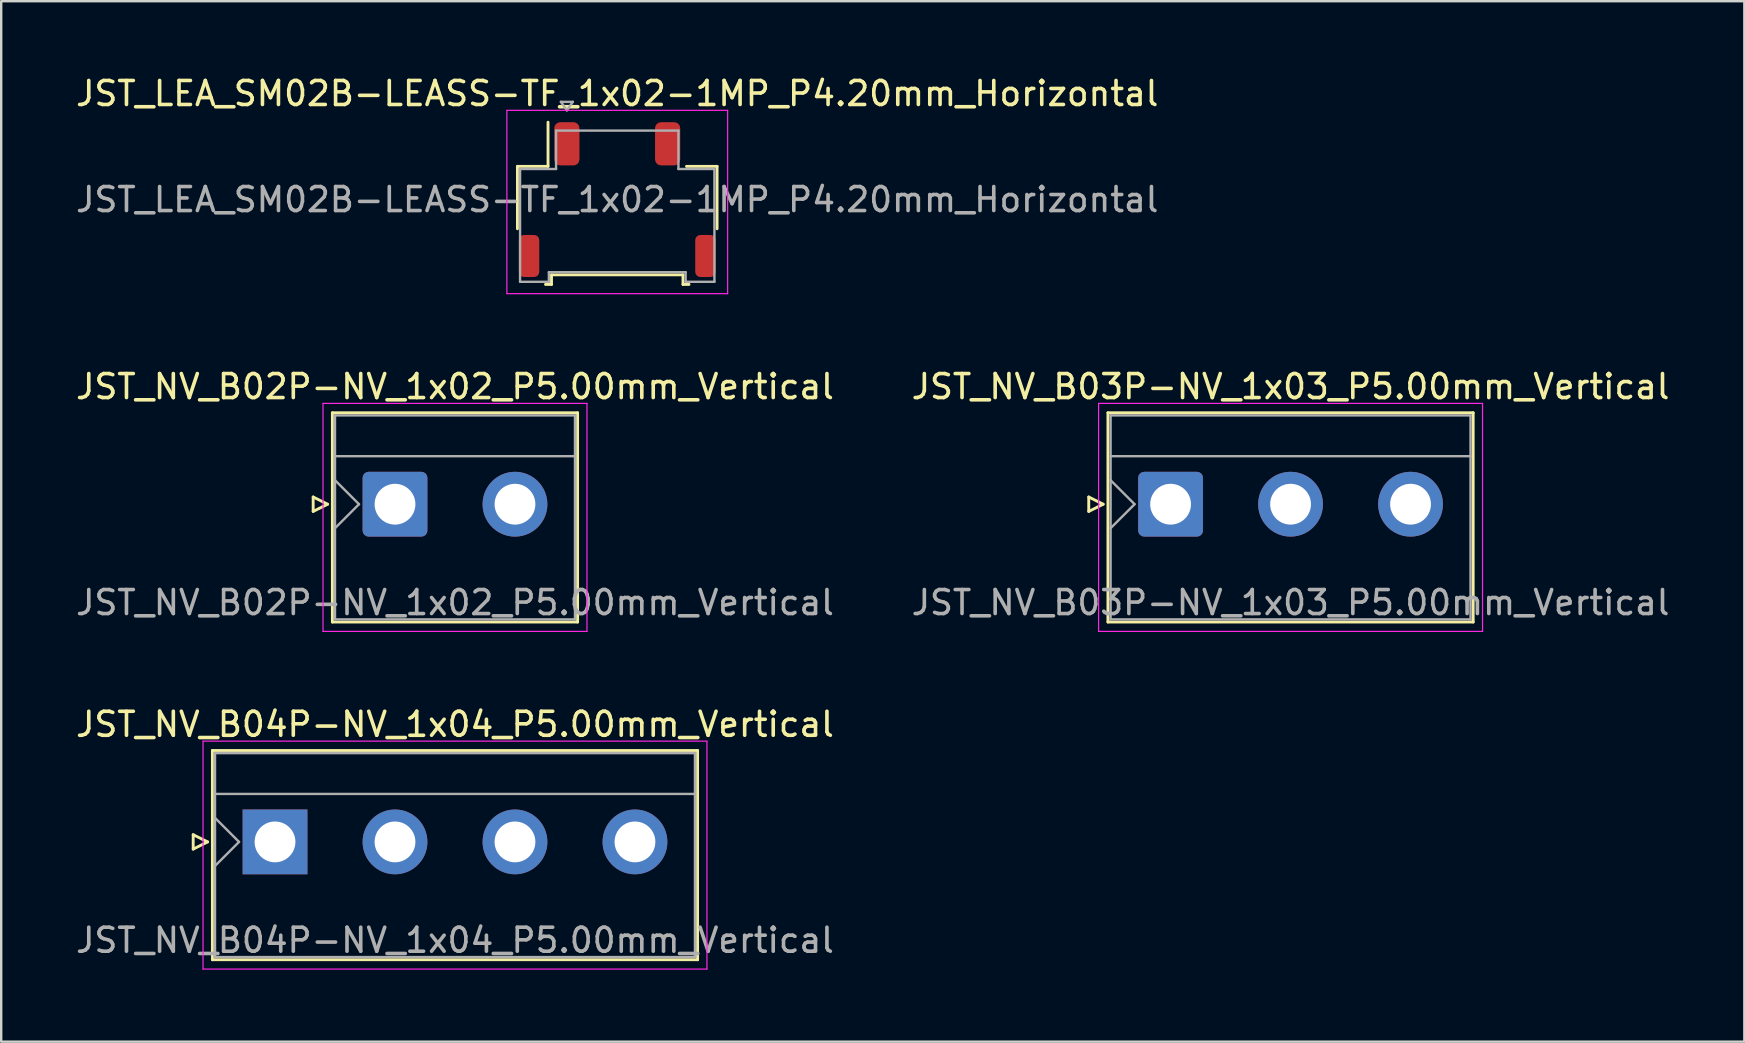
<source format=kicad_pcb>
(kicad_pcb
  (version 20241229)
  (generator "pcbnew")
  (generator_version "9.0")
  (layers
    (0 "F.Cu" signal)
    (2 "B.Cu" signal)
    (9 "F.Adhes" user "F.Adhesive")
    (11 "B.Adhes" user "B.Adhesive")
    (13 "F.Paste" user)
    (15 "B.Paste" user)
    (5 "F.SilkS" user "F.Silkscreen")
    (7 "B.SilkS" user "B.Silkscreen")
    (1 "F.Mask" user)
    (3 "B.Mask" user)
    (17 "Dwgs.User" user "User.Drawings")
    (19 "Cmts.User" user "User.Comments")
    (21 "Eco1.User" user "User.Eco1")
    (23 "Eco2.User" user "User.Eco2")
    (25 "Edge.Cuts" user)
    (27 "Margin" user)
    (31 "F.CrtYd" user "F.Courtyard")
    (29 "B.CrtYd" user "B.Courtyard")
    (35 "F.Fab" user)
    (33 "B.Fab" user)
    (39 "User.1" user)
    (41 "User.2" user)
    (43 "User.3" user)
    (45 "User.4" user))
  (footprint "JST_NV_B02P-NV_1x02_P5.00mm_Vertical"
    (layer "F.Cu")
    (at 13.411 17.962)
    (property "Reference" "JST_NV_B02P-NV_1x02_P5.00mm_Vertical" (at 2.5 -4.9 0) (layer "F.SilkS") (effects (font (size 1 1) (thickness 0.15))))
    (attr through_hole)
    (fp_line (start -3.41 -0.3) (end -2.81 0) (stroke (width 0.12) (type solid)) (layer "F.SilkS"))
    (fp_line (start -3.41 0.3) (end -3.41 -0.3) (stroke (width 0.12) (type solid)) (layer "F.SilkS"))
    (fp_line (start -2.81 0) (end -3.41 0.3) (stroke (width 0.12) (type solid)) (layer "F.SilkS"))
    (fp_line (start -2.61 -3.81) (end -2.61 4.91) (stroke (width 0.12) (type solid)) (layer "F.SilkS"))
    (fp_line (start -2.61 4.91) (end 7.61 4.91) (stroke (width 0.12) (type solid)) (layer "F.SilkS"))
    (fp_line (start 7.61 -3.81) (end -2.61 -3.81) (stroke (width 0.12) (type solid)) (layer "F.SilkS"))
    (fp_line (start 7.61 4.91) (end 7.61 -3.81) (stroke (width 0.12) (type solid)) (layer "F.SilkS"))
    (fp_line (start -3 -4.2) (end -3 5.3) (stroke (width 0.05) (type solid)) (layer "F.CrtYd"))
    (fp_line (start -3 5.3) (end 8 5.3) (stroke (width 0.05) (type solid)) (layer "F.CrtYd"))
    (fp_line (start 8 -4.2) (end -3 -4.2) (stroke (width 0.05) (type solid)) (layer "F.CrtYd"))
    (fp_line (start 8 5.3) (end 8 -4.2) (stroke (width 0.05) (type solid)) (layer "F.CrtYd"))
    (fp_line (start -2.5 -3.7) (end -2.5 4.8) (stroke (width 0.1) (type solid)) (layer "F.Fab"))
    (fp_line (start -2.5 -2) (end 7.5 -2) (stroke (width 0.1) (type solid)) (layer "F.Fab"))
    (fp_line (start -2.5 -1) (end -1.5 0) (stroke (width 0.1) (type solid)) (layer "F.Fab"))
    (fp_line (start -2.5 1) (end -1.5 0) (stroke (width 0.1) (type solid)) (layer "F.Fab"))
    (fp_line (start -2.5 4.8) (end 7.5 4.8) (stroke (width 0.1) (type solid)) (layer "F.Fab"))
    (fp_line (start 7.5 -3.7) (end -2.5 -3.7) (stroke (width 0.1) (type solid)) (layer "F.Fab"))
    (fp_line (start 7.5 4.8) (end 7.5 -3.7) (stroke (width 0.1) (type solid)) (layer "F.Fab"))
    (fp_text user "${REFERENCE}" (at 2.5 4.1 0) (layer "F.Fab") (effects (font (size 1 1) (thickness 0.15))))
    (pad "1" thru_hole roundrect (at 0 0) (size 2.7 2.7) (drill 1.7) (layers "*.Cu" "*.Mask") (roundrect_rratio 0.093))
    (pad "2" thru_hole circle (at 5 0) (size 2.7 2.7) (drill 1.7) (layers "*.Cu" "*.Mask")))
  (footprint "JST_NV_B04P-NV_1x04_P5.00mm_Vertical"
    (layer "F.Cu")
    (at 8.411 32.035)
    (property "Reference" "JST_NV_B04P-NV_1x04_P5.00mm_Vertical" (at 7.5 -4.9 0) (layer "F.SilkS") (effects (font (size 1 1) (thickness 0.15))))
    (attr through_hole)
    (fp_line (start -3.41 -0.3) (end -2.81 0) (stroke (width 0.12) (type solid)) (layer "F.SilkS"))
    (fp_line (start -3.41 0.3) (end -3.41 -0.3) (stroke (width 0.12) (type solid)) (layer "F.SilkS"))
    (fp_line (start -2.81 0) (end -3.41 0.3) (stroke (width 0.12) (type solid)) (layer "F.SilkS"))
    (fp_line (start -2.61 -3.81) (end -2.61 4.91) (stroke (width 0.12) (type solid)) (layer "F.SilkS"))
    (fp_line (start -2.61 4.91) (end 17.61 4.91) (stroke (width 0.12) (type solid)) (layer "F.SilkS"))
    (fp_line (start 17.61 -3.81) (end -2.61 -3.81) (stroke (width 0.12) (type solid)) (layer "F.SilkS"))
    (fp_line (start 17.61 4.91) (end 17.61 -3.81) (stroke (width 0.12) (type solid)) (layer "F.SilkS"))
    (fp_line (start -3 -4.2) (end -3 5.3) (stroke (width 0.05) (type solid)) (layer "F.CrtYd"))
    (fp_line (start -3 5.3) (end 18 5.3) (stroke (width 0.05) (type solid)) (layer "F.CrtYd"))
    (fp_line (start 18 -4.2) (end -3 -4.2) (stroke (width 0.05) (type solid)) (layer "F.CrtYd"))
    (fp_line (start 18 5.3) (end 18 -4.2) (stroke (width 0.05) (type solid)) (layer "F.CrtYd"))
    (fp_line (start -2.5 -3.7) (end -2.5 4.8) (stroke (width 0.1) (type solid)) (layer "F.Fab"))
    (fp_line (start -2.5 -2) (end 17.5 -2) (stroke (width 0.1) (type solid)) (layer "F.Fab"))
    (fp_line (start -2.5 -1) (end -1.5 0) (stroke (width 0.1) (type solid)) (layer "F.Fab"))
    (fp_line (start -2.5 1) (end -1.5 0) (stroke (width 0.1) (type solid)) (layer "F.Fab"))
    (fp_line (start -2.5 4.8) (end 17.5 4.8) (stroke (width 0.1) (type solid)) (layer "F.Fab"))
    (fp_line (start 17.5 -3.7) (end -2.5 -3.7) (stroke (width 0.1) (type solid)) (layer "F.Fab"))
    (fp_line (start 17.5 4.8) (end 17.5 -3.7) (stroke (width 0.1) (type solid)) (layer "F.Fab"))
    (fp_text user "${REFERENCE}" (at 7.5 4.1 0) (layer "F.Fab") (effects (font (size 1 1) (thickness 0.15))))
    (pad "1" thru_hole rect (at 0 0) (size 2.7 2.7) (drill 1.7) (layers "*.Cu" "*.Mask"))
    (pad "2" thru_hole circle (at 5 0) (size 2.7 2.7) (drill 1.7) (layers "*.Cu" "*.Mask"))
    (pad "3" thru_hole circle (at 10 0) (size 2.7 2.7) (drill 1.7) (layers "*.Cu" "*.Mask"))
    (pad "4" thru_hole circle (at 15 0) (size 2.7 2.7) (drill 1.7) (layers "*.Cu" "*.Mask")))
  (footprint "JST_NV_B03P-NV_1x03_P5.00mm_Vertical"
    (layer "F.Cu")
    (at 45.732 17.962)
    (property "Reference" "JST_NV_B03P-NV_1x03_P5.00mm_Vertical" (at 5 -4.9 0) (layer "F.SilkS") (effects (font (size 1 1) (thickness 0.15))))
    (attr through_hole)
    (fp_line (start -3.41 -0.3) (end -2.81 0) (stroke (width 0.12) (type solid)) (layer "F.SilkS"))
    (fp_line (start -3.41 0.3) (end -3.41 -0.3) (stroke (width 0.12) (type solid)) (layer "F.SilkS"))
    (fp_line (start -2.81 0) (end -3.41 0.3) (stroke (width 0.12) (type solid)) (layer "F.SilkS"))
    (fp_line (start -2.61 -3.81) (end -2.61 4.91) (stroke (width 0.12) (type solid)) (layer "F.SilkS"))
    (fp_line (start -2.61 4.91) (end 12.61 4.91) (stroke (width 0.12) (type solid)) (layer "F.SilkS"))
    (fp_line (start 12.61 -3.81) (end -2.61 -3.81) (stroke (width 0.12) (type solid)) (layer "F.SilkS"))
    (fp_line (start 12.61 4.91) (end 12.61 -3.81) (stroke (width 0.12) (type solid)) (layer "F.SilkS"))
    (fp_line (start -3 -4.2) (end -3 5.3) (stroke (width 0.05) (type solid)) (layer "F.CrtYd"))
    (fp_line (start -3 5.3) (end 13 5.3) (stroke (width 0.05) (type solid)) (layer "F.CrtYd"))
    (fp_line (start 13 -4.2) (end -3 -4.2) (stroke (width 0.05) (type solid)) (layer "F.CrtYd"))
    (fp_line (start 13 5.3) (end 13 -4.2) (stroke (width 0.05) (type solid)) (layer "F.CrtYd"))
    (fp_line (start -2.5 -3.7) (end -2.5 4.8) (stroke (width 0.1) (type solid)) (layer "F.Fab"))
    (fp_line (start -2.5 -2) (end 12.5 -2) (stroke (width 0.1) (type solid)) (layer "F.Fab"))
    (fp_line (start -2.5 -1) (end -1.5 0) (stroke (width 0.1) (type solid)) (layer "F.Fab"))
    (fp_line (start -2.5 1) (end -1.5 0) (stroke (width 0.1) (type solid)) (layer "F.Fab"))
    (fp_line (start -2.5 4.8) (end 12.5 4.8) (stroke (width 0.1) (type solid)) (layer "F.Fab"))
    (fp_line (start 12.5 -3.7) (end -2.5 -3.7) (stroke (width 0.1) (type solid)) (layer "F.Fab"))
    (fp_line (start 12.5 4.8) (end 12.5 -3.7) (stroke (width 0.1) (type solid)) (layer "F.Fab"))
    (fp_text user "${REFERENCE}" (at 5 4.1 0) (layer "F.Fab") (effects (font (size 1 1) (thickness 0.15))))
    (pad "1" thru_hole roundrect (at 0 0) (size 2.7 2.7) (drill 1.7) (layers "*.Cu" "*.Mask") (roundrect_rratio 0.093))
    (pad "2" thru_hole circle (at 5 0) (size 2.7 2.7) (drill 1.7) (layers "*.Cu" "*.Mask"))
    (pad "3" thru_hole circle (at 10 0) (size 2.7 2.7) (drill 1.7) (layers "*.Cu" "*.Mask")))
  (footprint "JST_LEA_SM02B-LEASS-TF_1x02-1MP_P4.20mm_Horizontal"
    (layer "F.Cu")
    (at 22.673 5.268)
    (property "Reference" "JST_LEA_SM02B-LEASS-TF_1x02-1MP_P4.20mm_Horizontal" (at 0 -4.42 0) (layer "F.SilkS") (effects (font (size 1 1) (thickness 0.15))))
    (attr smd)
    (fp_line (start -4.16 -1.385) (end -2.885 -1.385) (stroke (width 0.12) (type solid)) (layer "F.SilkS"))
    (fp_line (start -4.16 1.215) (end -4.16 -1.385) (stroke (width 0.12) (type solid)) (layer "F.SilkS"))
    (fp_line (start -2.99 3.535) (end -2.74 3.535) (stroke (width 0.12) (type solid)) (layer "F.SilkS"))
    (fp_line (start -2.885 -1.385) (end -2.885 -3.225) (stroke (width 0.12) (type solid)) (layer "F.SilkS"))
    (fp_line (start -2.74 3.135) (end 2.74 3.135) (stroke (width 0.12) (type solid)) (layer "F.SilkS"))
    (fp_line (start -2.74 3.535) (end -2.74 3.135) (stroke (width 0.12) (type solid)) (layer "F.SilkS"))
    (fp_line (start 2.74 3.135) (end 2.74 3.535) (stroke (width 0.12) (type solid)) (layer "F.SilkS"))
    (fp_line (start 2.74 3.535) (end 2.99 3.535) (stroke (width 0.12) (type solid)) (layer "F.SilkS"))
    (fp_line (start 4.16 -1.385) (end 2.885 -1.385) (stroke (width 0.12) (type solid)) (layer "F.SilkS"))
    (fp_line (start 4.16 1.215) (end 4.16 -1.385) (stroke (width 0.12) (type solid)) (layer "F.SilkS"))
    (fp_line (start -4.6 -3.72) (end -4.6 3.92) (stroke (width 0.05) (type solid)) (layer "F.CrtYd"))
    (fp_line (start -4.6 3.92) (end 4.6 3.92) (stroke (width 0.05) (type solid)) (layer "F.CrtYd"))
    (fp_line (start 4.6 -3.72) (end -4.6 -3.72) (stroke (width 0.05) (type solid)) (layer "F.CrtYd"))
    (fp_line (start 4.6 3.92) (end 4.6 -3.72) (stroke (width 0.05) (type solid)) (layer "F.CrtYd"))
    (fp_line (start -4.05 -1.275) (end -4.05 3.425) (stroke (width 0.1) (type solid)) (layer "F.Fab"))
    (fp_line (start -4.05 -1.275) (end -2.55 -1.275) (stroke (width 0.1) (type solid)) (layer "F.Fab"))
    (fp_line (start -4.05 3.425) (end -2.85 3.425) (stroke (width 0.1) (type solid)) (layer "F.Fab"))
    (fp_line (start -2.85 3.025) (end 2.85 3.025) (stroke (width 0.1) (type solid)) (layer "F.Fab"))
    (fp_line (start -2.85 3.425) (end -2.85 3.025) (stroke (width 0.1) (type solid)) (layer "F.Fab"))
    (fp_line (start -2.55 -2.875) (end 2.55 -2.875) (stroke (width 0.1) (type solid)) (layer "F.Fab"))
    (fp_line (start -2.55 -1.275) (end -2.55 -2.875) (stroke (width 0.1) (type solid)) (layer "F.Fab"))
    (fp_line (start -2.35 -4.074) (end -2.1 -3.72) (stroke (width 0.1) (type solid)) (layer "F.Fab"))
    (fp_line (start -2.1 -3.72) (end -1.85 -4.074) (stroke (width 0.1) (type solid)) (layer "F.Fab"))
    (fp_line (start -1.85 -4.074) (end -2.35 -4.074) (stroke (width 0.1) (type solid)) (layer "F.Fab"))
    (fp_line (start 2.55 -2.875) (end 2.55 -1.275) (stroke (width 0.1) (type solid)) (layer "F.Fab"))
    (fp_line (start 2.55 -1.275) (end 4.05 -1.275) (stroke (width 0.1) (type solid)) (layer "F.Fab"))
    (fp_line (start 2.85 3.025) (end 2.85 3.425) (stroke (width 0.1) (type solid)) (layer "F.Fab"))
    (fp_line (start 2.85 3.425) (end 4.05 3.425) (stroke (width 0.1) (type solid)) (layer "F.Fab"))
    (fp_line (start 4.05 -1.275) (end 4.05 3.425) (stroke (width 0.1) (type solid)) (layer "F.Fab"))
    (fp_text user "${REFERENCE}" (at 0 0 0) (layer "F.Fab") (effects (font (size 1 1) (thickness 0.15))))
    (pad "1" smd roundrect (at -2.1 -2.325) (size 1.05 1.8) (layers "F.Cu" "F.Mask" "F.Paste") (roundrect_rratio 0.238))
    (pad "2" smd roundrect (at 2.1 -2.325) (size 1.05 1.8) (layers "F.Cu" "F.Mask" "F.Paste") (roundrect_rratio 0.238))
    (pad "MP" smd roundrect (at -3.675 2.35) (size 0.85 1.75) (layers "F.Cu" "F.Mask" "F.Paste") (roundrect_rratio 0.25))
    (pad "MP" smd roundrect (at 3.675 2.35) (size 0.85 1.75) (layers "F.Cu" "F.Mask" "F.Paste") (roundrect_rratio 0.25)))
  (gr_rect
    (start -3 -3)
    (end 69.643 40.36)
    (stroke (width 0.1) (type default))
    (fill no)
    (layer "Edge.Cuts")))
</source>
